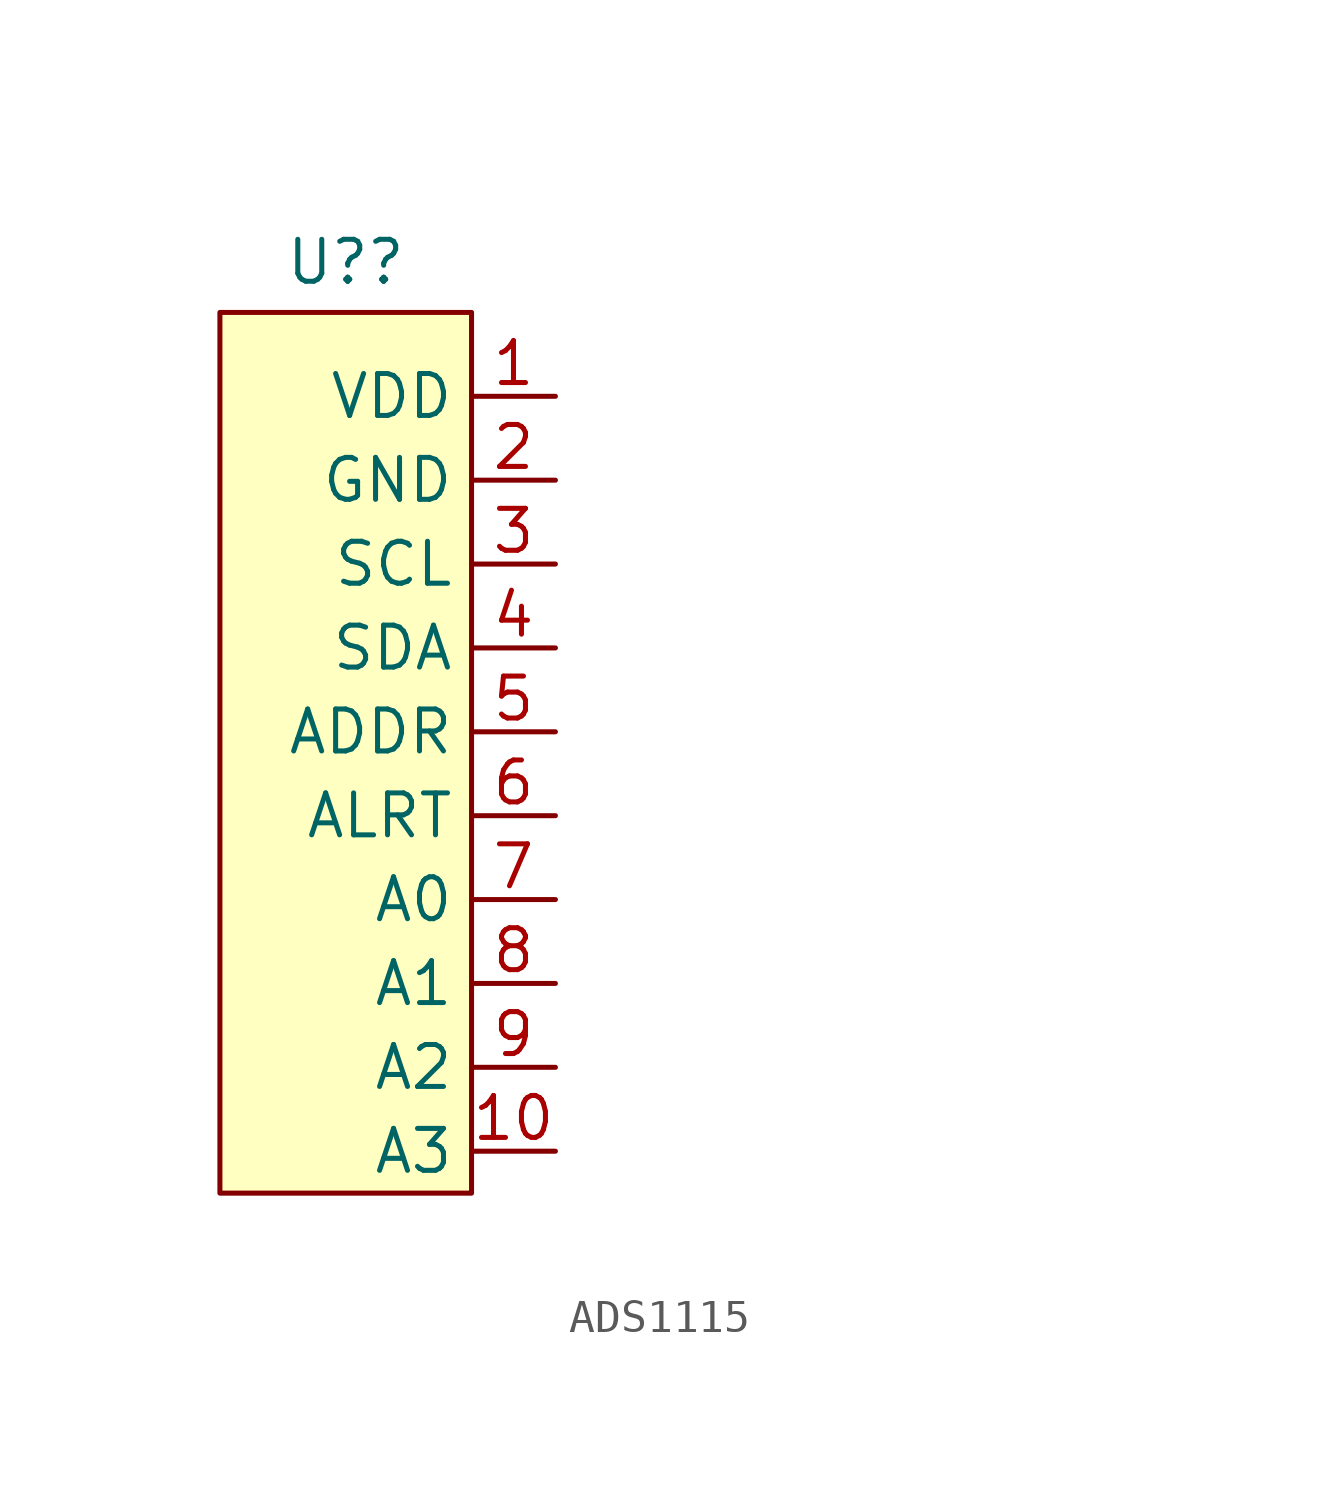
<source format=kicad_sym>
(kicad_symbol_lib
  (version 20231120)
  (generator "kicad_symbol_editor")
  (generator_version "8.0")
  (symbol "ADS1115"
    (property "Reference" "U?"
      (at 3.81 28.194 0)
      (effects (font (size 1.27 1.27))))
    (property "Value" ""
      (at 26.416 9.398 0)
      (effects (font (size 1.27 1.27))))
    (symbol "ADS1115_0_1"
      (rectangle (start 0 26.67) (end 7.62 0) (stroke (width 0) (type default)) (fill (type background))))
    (symbol "ADS1115_1_1"
      (pin power_in line (at 10.16 24.13 180) (length 2.54) (name "VDD" (effects (font (size 1.27 1.27)))) (number "1" (effects (font (size 1.27 1.27)))))
      (pin input line (at 10.16 1.27 180) (length 2.54) (name "A3" (effects (font (size 1.27 1.27)))) (number "10" (effects (font (size 1.27 1.27)))))
      (pin power_in line (at 10.16 21.59 180) (length 2.54) (name "GND" (effects (font (size 1.27 1.27)))) (number "2" (effects (font (size 1.27 1.27)))))
      (pin bidirectional line (at 10.16 19.05 180) (length 2.54) (name "SCL" (effects (font (size 1.27 1.27)))) (number "3" (effects (font (size 1.27 1.27)))))
      (pin bidirectional line (at 10.16 16.51 180) (length 2.54) (name "SDA" (effects (font (size 1.27 1.27)))) (number "4" (effects (font (size 1.27 1.27)))))
      (pin input line (at 10.16 13.97 180) (length 2.54) (name "ADDR" (effects (font (size 1.27 1.27)))) (number "5" (effects (font (size 1.27 1.27)))))
      (pin open_collector line (at 10.16 11.43 180) (length 2.54) (name "ALRT" (effects (font (size 1.27 1.27)))) (number "6" (effects (font (size 1.27 1.27)))))
      (pin input line (at 10.16 8.89 180) (length 2.54) (name "A0" (effects (font (size 1.27 1.27)))) (number "7" (effects (font (size 1.27 1.27)))))
      (pin input line (at 10.16 6.35 180) (length 2.54) (name "A1" (effects (font (size 1.27 1.27)))) (number "8" (effects (font (size 1.27 1.27)))))
      (pin input line (at 10.16 3.81 180) (length 2.54) (name "A2" (effects (font (size 1.27 1.27)))) (number "9" (effects (font (size 1.27 1.27))))))))
</source>
